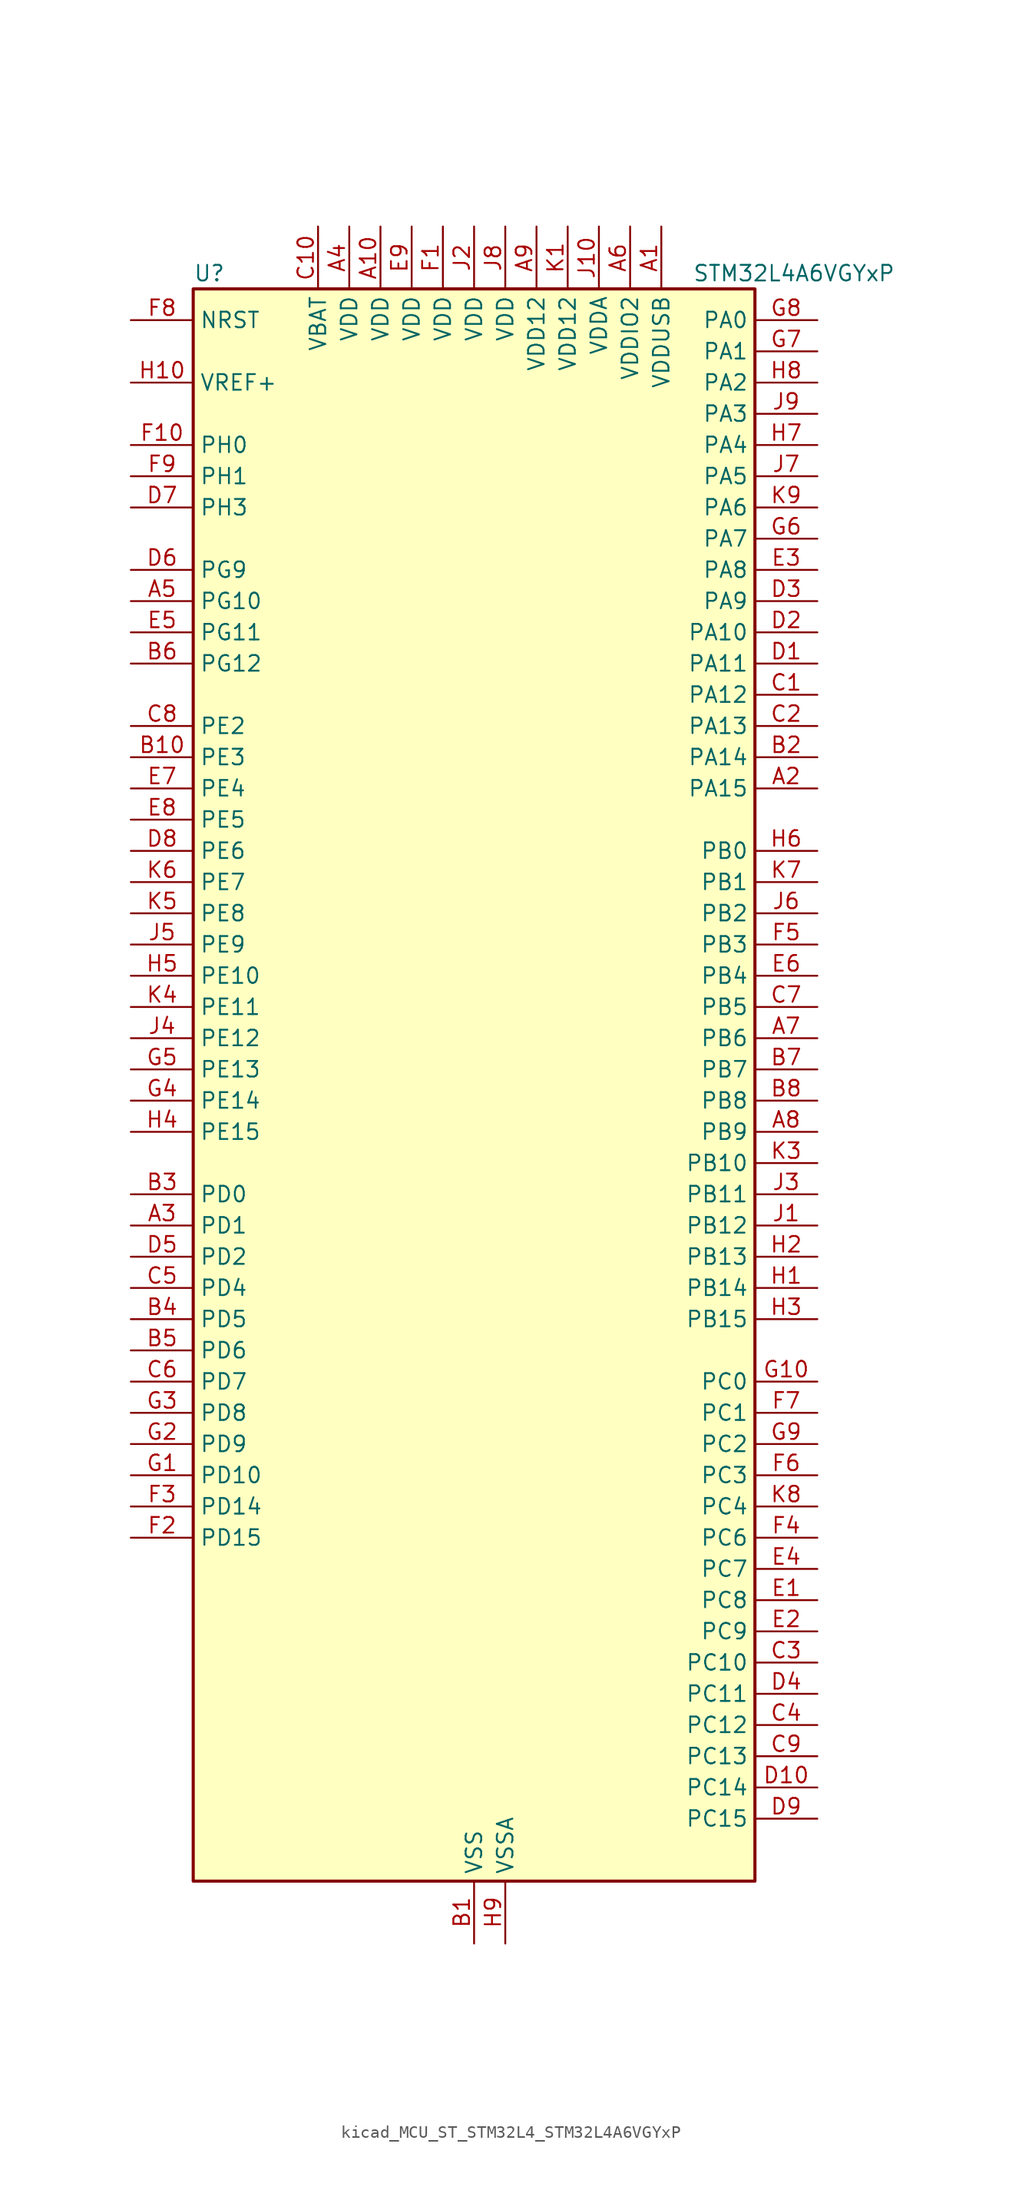
<source format=kicad_sym>
(kicad_symbol_lib
  (version 20220914)
  (generator kicad_symbol_editor)
  (symbol "kicad_MCU_ST_STM32L4_STM32L4A6VGYxP"
    (property "Reference" "U"
      (at -22.86 67.31 0)
      (effects (font (size 1.27 1.27)) (justify left)))
    (property "Value" "STM32L4A6VGYxP"
      (at 17.78 67.31 0)
      (effects (font (size 1.27 1.27)) (justify left)))
    (property "ki_locked" ""
      (at 0 0 0)
      (effects (font (size 1.27 1.27))))
    (symbol "kicad_MCU_ST_STM32L4_STM32L4A6VGYxP_0_1"
      (rectangle (start -22.86 -63.5) (end 22.86 66.04) (stroke (width 0.254) (type default)) (fill (type background))))
    (symbol "kicad_MCU_ST_STM32L4_STM32L4A6VGYxP_1_1"
      (pin power_in line (at 15.24 71.12 270) (length 5.08) (name "VDDUSB" (effects (font (size 1.27 1.27)))) (number "A1" (effects (font (size 1.27 1.27)))))
      (pin power_in line (at -7.62 71.12 270) (length 5.08) (name "VDD" (effects (font (size 1.27 1.27)))) (number "A10" (effects (font (size 1.27 1.27)))))
      (pin bidirectional line (at 27.94 25.4 180) (length 5.08) (name "PA15" (effects (font (size 1.27 1.27)))) (number "A2" (effects (font (size 1.27 1.27)))) (alternate "ADC1_EXTI15" bidirectional line) (alternate "ADC2_EXTI15" bidirectional line) (alternate "ADC3_EXTI15" bidirectional line) (alternate "LCD_SEG17" bidirectional line) (alternate "SAI2_FS_B" bidirectional line) (alternate "SPI1_NSS" bidirectional line) (alternate "SPI3_NSS" bidirectional line) (alternate "SWPMI1_SUSPEND" bidirectional line) (alternate "SYS_JTDI" bidirectional line) (alternate "TIM2_CH1" bidirectional line) (alternate "TIM2_ETR" bidirectional line) (alternate "TSC_G3_IO1" bidirectional line) (alternate "UART4_DE" bidirectional line) (alternate "UART4_RTS" bidirectional line) (alternate "USART2_RX" bidirectional line) (alternate "USART3_DE" bidirectional line) (alternate "USART3_RTS" bidirectional line))
      (pin bidirectional line (at -27.94 -10.16 0) (length 5.08) (name "PD1" (effects (font (size 1.27 1.27)))) (number "A3" (effects (font (size 1.27 1.27)))) (alternate "CAN1_TX" bidirectional line) (alternate "DFSDM1_CKIN7" bidirectional line) (alternate "FMC_D3" bidirectional line) (alternate "FMC_DA3" bidirectional line) (alternate "SPI2_SCK" bidirectional line))
      (pin power_in line (at -10.16 71.12 270) (length 5.08) (name "VDD" (effects (font (size 1.27 1.27)))) (number "A4" (effects (font (size 1.27 1.27)))))
      (pin bidirectional line (at -27.94 40.64 0) (length 5.08) (name "PG10" (effects (font (size 1.27 1.27)))) (number "A5" (effects (font (size 1.27 1.27)))) (alternate "LPTIM1_IN1" bidirectional line) (alternate "SAI2_FS_A" bidirectional line) (alternate "SPI3_MISO" bidirectional line) (alternate "TIM15_CH1" bidirectional line) (alternate "USART1_RX" bidirectional line))
      (pin power_in line (at 12.7 71.12 270) (length 5.08) (name "VDDIO2" (effects (font (size 1.27 1.27)))) (number "A6" (effects (font (size 1.27 1.27)))))
      (pin bidirectional line (at 27.94 5.08 180) (length 5.08) (name "PB6" (effects (font (size 1.27 1.27)))) (number "A7" (effects (font (size 1.27 1.27)))) (alternate "CAN2_TX" bidirectional line) (alternate "COMP2_INP" bidirectional line) (alternate "DCMI_D5" bidirectional line) (alternate "DFSDM1_DATIN5" bidirectional line) (alternate "I2C1_SCL" bidirectional line) (alternate "I2C4_SCL" bidirectional line) (alternate "LPTIM1_ETR" bidirectional line) (alternate "SAI1_FS_B" bidirectional line) (alternate "TIM16_CH1N" bidirectional line) (alternate "TIM4_CH1" bidirectional line) (alternate "TIM8_BKIN2" bidirectional line) (alternate "TIM8_BKIN2_COMP2" bidirectional line) (alternate "TSC_G2_IO3" bidirectional line) (alternate "USART1_TX" bidirectional line))
      (pin bidirectional line (at 27.94 -2.54 180) (length 5.08) (name "PB9" (effects (font (size 1.27 1.27)))) (number "A8" (effects (font (size 1.27 1.27)))) (alternate "CAN1_TX" bidirectional line) (alternate "DAC1_EXTI9" bidirectional line) (alternate "DCMI_D7" bidirectional line) (alternate "DFSDM1_CKIN6" bidirectional line) (alternate "I2C1_SDA" bidirectional line) (alternate "IR_OUT" bidirectional line) (alternate "LCD_COM3" bidirectional line) (alternate "SAI1_FS_A" bidirectional line) (alternate "SDMMC1_D5" bidirectional line) (alternate "SPI2_NSS" bidirectional line) (alternate "TIM17_CH1" bidirectional line) (alternate "TIM4_CH4" bidirectional line))
      (pin power_in line (at 5.08 71.12 270) (length 5.08) (name "VDD12" (effects (font (size 1.27 1.27)))) (number "A9" (effects (font (size 1.27 1.27)))))
      (pin power_in line (at 0 -68.58 90) (length 5.08) (name "VSS" (effects (font (size 1.27 1.27)))) (number "B1" (effects (font (size 1.27 1.27)))))
      (pin bidirectional line (at -27.94 27.94 0) (length 5.08) (name "PE3" (effects (font (size 1.27 1.27)))) (number "B10" (effects (font (size 1.27 1.27)))) (alternate "FMC_A19" bidirectional line) (alternate "LCD_SEG39" bidirectional line) (alternate "SAI1_SD_B" bidirectional line) (alternate "SYS_TRACED0" bidirectional line) (alternate "TIM3_CH1" bidirectional line) (alternate "TSC_G7_IO2" bidirectional line))
      (pin bidirectional line (at 27.94 27.94 180) (length 5.08) (name "PA14" (effects (font (size 1.27 1.27)))) (number "B2" (effects (font (size 1.27 1.27)))) (alternate "I2C1_SMBA" bidirectional line) (alternate "I2C4_SMBA" bidirectional line) (alternate "LPTIM1_OUT" bidirectional line) (alternate "SAI1_FS_B" bidirectional line) (alternate "SWPMI1_RX" bidirectional line) (alternate "SYS_JTCK-SWCLK" bidirectional line) (alternate "USB_OTG_FS_SOF" bidirectional line))
      (pin bidirectional line (at -27.94 -7.62 0) (length 5.08) (name "PD0" (effects (font (size 1.27 1.27)))) (number "B3" (effects (font (size 1.27 1.27)))) (alternate "CAN1_RX" bidirectional line) (alternate "DFSDM1_DATIN7" bidirectional line) (alternate "FMC_D2" bidirectional line) (alternate "FMC_DA2" bidirectional line) (alternate "SPI2_NSS" bidirectional line))
      (pin bidirectional line (at -27.94 -17.78 0) (length 5.08) (name "PD5" (effects (font (size 1.27 1.27)))) (number "B4" (effects (font (size 1.27 1.27)))) (alternate "FMC_NWE" bidirectional line) (alternate "QUADSPI_BK2_IO1" bidirectional line) (alternate "USART2_TX" bidirectional line))
      (pin bidirectional line (at -27.94 -20.32 0) (length 5.08) (name "PD6" (effects (font (size 1.27 1.27)))) (number "B5" (effects (font (size 1.27 1.27)))) (alternate "DCMI_D10" bidirectional line) (alternate "DFSDM1_DATIN1" bidirectional line) (alternate "FMC_NWAIT" bidirectional line) (alternate "QUADSPI_BK2_IO1" bidirectional line) (alternate "QUADSPI_BK2_IO2" bidirectional line) (alternate "SAI1_SD_A" bidirectional line) (alternate "USART2_RX" bidirectional line))
      (pin bidirectional line (at -27.94 35.56 0) (length 5.08) (name "PG12" (effects (font (size 1.27 1.27)))) (number "B6" (effects (font (size 1.27 1.27)))) (alternate "LPTIM1_ETR" bidirectional line) (alternate "SAI2_SD_A" bidirectional line) (alternate "SPI3_NSS" bidirectional line) (alternate "USART1_DE" bidirectional line) (alternate "USART1_RTS" bidirectional line))
      (pin bidirectional line (at 27.94 2.54 180) (length 5.08) (name "PB7" (effects (font (size 1.27 1.27)))) (number "B7" (effects (font (size 1.27 1.27)))) (alternate "COMP2_INM" bidirectional line) (alternate "DCMI_VSYNC" bidirectional line) (alternate "DFSDM1_CKIN5" bidirectional line) (alternate "FMC_NL" bidirectional line) (alternate "I2C1_SDA" bidirectional line) (alternate "I2C4_SDA" bidirectional line) (alternate "LCD_SEG21" bidirectional line) (alternate "LPTIM1_IN2" bidirectional line) (alternate "SYS_PVD_IN" bidirectional line) (alternate "TIM17_CH1N" bidirectional line) (alternate "TIM4_CH2" bidirectional line) (alternate "TIM8_BKIN" bidirectional line) (alternate "TIM8_BKIN_COMP1" bidirectional line) (alternate "TSC_G2_IO4" bidirectional line) (alternate "UART4_CTS" bidirectional line) (alternate "USART1_RX" bidirectional line))
      (pin bidirectional line (at 27.94 0 180) (length 5.08) (name "PB8" (effects (font (size 1.27 1.27)))) (number "B8" (effects (font (size 1.27 1.27)))) (alternate "CAN1_RX" bidirectional line) (alternate "DCMI_D6" bidirectional line) (alternate "DFSDM1_DATIN6" bidirectional line) (alternate "I2C1_SCL" bidirectional line) (alternate "LCD_SEG16" bidirectional line) (alternate "SAI1_MCLK_A" bidirectional line) (alternate "SDMMC1_D4" bidirectional line) (alternate "TIM16_CH1" bidirectional line) (alternate "TIM4_CH3" bidirectional line))
      (pin passive line (at 0 -68.58 90) (length 5.08) hide (name "VSS" (effects (font (size 1.27 1.27)))) (number "B9" (effects (font (size 1.27 1.27)))))
      (pin bidirectional line (at 27.94 33.02 180) (length 5.08) (name "PA12" (effects (font (size 1.27 1.27)))) (number "C1" (effects (font (size 1.27 1.27)))) (alternate "CAN1_TX" bidirectional line) (alternate "SPI1_MOSI" bidirectional line) (alternate "TIM1_ETR" bidirectional line) (alternate "USART1_DE" bidirectional line) (alternate "USART1_RTS" bidirectional line) (alternate "USB_OTG_FS_DP" bidirectional line))
      (pin power_in line (at -12.7 71.12 270) (length 5.08) (name "VBAT" (effects (font (size 1.27 1.27)))) (number "C10" (effects (font (size 1.27 1.27)))))
      (pin bidirectional line (at 27.94 30.48 180) (length 5.08) (name "PA13" (effects (font (size 1.27 1.27)))) (number "C2" (effects (font (size 1.27 1.27)))) (alternate "IR_OUT" bidirectional line) (alternate "SAI1_SD_B" bidirectional line) (alternate "SWPMI1_TX" bidirectional line) (alternate "SYS_JTMS-SWDIO" bidirectional line) (alternate "USB_OTG_FS_NOE" bidirectional line))
      (pin bidirectional line (at 27.94 -45.72 180) (length 5.08) (name "PC10" (effects (font (size 1.27 1.27)))) (number "C3" (effects (font (size 1.27 1.27)))) (alternate "DCMI_D8" bidirectional line) (alternate "LCD_COM4" bidirectional line) (alternate "LCD_SEG28" bidirectional line) (alternate "LCD_SEG40" bidirectional line) (alternate "SAI2_SCK_B" bidirectional line) (alternate "SDMMC1_D2" bidirectional line) (alternate "SPI3_SCK" bidirectional line) (alternate "SYS_TRACED1" bidirectional line) (alternate "TSC_G3_IO2" bidirectional line) (alternate "UART4_TX" bidirectional line) (alternate "USART3_TX" bidirectional line))
      (pin bidirectional line (at 27.94 -50.8 180) (length 5.08) (name "PC12" (effects (font (size 1.27 1.27)))) (number "C4" (effects (font (size 1.27 1.27)))) (alternate "DCMI_D9" bidirectional line) (alternate "LCD_COM6" bidirectional line) (alternate "LCD_SEG30" bidirectional line) (alternate "LCD_SEG42" bidirectional line) (alternate "SAI2_SD_B" bidirectional line) (alternate "SDMMC1_CK" bidirectional line) (alternate "SPI3_MOSI" bidirectional line) (alternate "SYS_TRACED3" bidirectional line) (alternate "TSC_G3_IO4" bidirectional line) (alternate "UART5_TX" bidirectional line) (alternate "USART3_CK" bidirectional line))
      (pin bidirectional line (at -27.94 -15.24 0) (length 5.08) (name "PD4" (effects (font (size 1.27 1.27)))) (number "C5" (effects (font (size 1.27 1.27)))) (alternate "DFSDM1_CKIN0" bidirectional line) (alternate "FMC_NOE" bidirectional line) (alternate "QUADSPI_BK2_IO0" bidirectional line) (alternate "SPI2_MOSI" bidirectional line) (alternate "USART2_DE" bidirectional line) (alternate "USART2_RTS" bidirectional line))
      (pin bidirectional line (at -27.94 -22.86 0) (length 5.08) (name "PD7" (effects (font (size 1.27 1.27)))) (number "C6" (effects (font (size 1.27 1.27)))) (alternate "DFSDM1_CKIN1" bidirectional line) (alternate "FMC_NE1" bidirectional line) (alternate "QUADSPI_BK2_IO3" bidirectional line) (alternate "USART2_CK" bidirectional line))
      (pin bidirectional line (at 27.94 7.62 180) (length 5.08) (name "PB5" (effects (font (size 1.27 1.27)))) (number "C7" (effects (font (size 1.27 1.27)))) (alternate "CAN2_RX" bidirectional line) (alternate "COMP2_OUT" bidirectional line) (alternate "DCMI_D10" bidirectional line) (alternate "I2C1_SMBA" bidirectional line) (alternate "LCD_SEG9" bidirectional line) (alternate "LPTIM1_IN1" bidirectional line) (alternate "SAI1_SD_B" bidirectional line) (alternate "SPI1_MOSI" bidirectional line) (alternate "SPI3_MOSI" bidirectional line) (alternate "TIM16_BKIN" bidirectional line) (alternate "TIM3_CH2" bidirectional line) (alternate "TSC_G2_IO2" bidirectional line) (alternate "UART5_CTS" bidirectional line) (alternate "USART1_CK" bidirectional line))
      (pin bidirectional line (at -27.94 30.48 0) (length 5.08) (name "PE2" (effects (font (size 1.27 1.27)))) (number "C8" (effects (font (size 1.27 1.27)))) (alternate "FMC_A23" bidirectional line) (alternate "LCD_SEG38" bidirectional line) (alternate "SAI1_MCLK_A" bidirectional line) (alternate "SYS_TRACECLK" bidirectional line) (alternate "TIM3_ETR" bidirectional line) (alternate "TSC_G7_IO1" bidirectional line))
      (pin bidirectional line (at 27.94 -53.34 180) (length 5.08) (name "PC13" (effects (font (size 1.27 1.27)))) (number "C9" (effects (font (size 1.27 1.27)))) (alternate "RTC_OUT_ALARM" bidirectional line) (alternate "RTC_OUT_CALIB" bidirectional line) (alternate "RTC_TAMP1" bidirectional line) (alternate "RTC_TS" bidirectional line) (alternate "SYS_WKUP2" bidirectional line))
      (pin bidirectional line (at 27.94 35.56 180) (length 5.08) (name "PA11" (effects (font (size 1.27 1.27)))) (number "D1" (effects (font (size 1.27 1.27)))) (alternate "ADC1_EXTI11" bidirectional line) (alternate "ADC2_EXTI11" bidirectional line) (alternate "ADC3_EXTI11" bidirectional line) (alternate "CAN1_RX" bidirectional line) (alternate "SPI1_MISO" bidirectional line) (alternate "TIM1_BKIN2" bidirectional line) (alternate "TIM1_BKIN2_COMP1" bidirectional line) (alternate "TIM1_CH4" bidirectional line) (alternate "USART1_CTS" bidirectional line) (alternate "USB_OTG_FS_DM" bidirectional line))
      (pin bidirectional line (at 27.94 -55.88 180) (length 5.08) (name "PC14" (effects (font (size 1.27 1.27)))) (number "D10" (effects (font (size 1.27 1.27)))) (alternate "RCC_OSC32_IN" bidirectional line))
      (pin bidirectional line (at 27.94 38.1 180) (length 5.08) (name "PA10" (effects (font (size 1.27 1.27)))) (number "D2" (effects (font (size 1.27 1.27)))) (alternate "DCMI_D1" bidirectional line) (alternate "LCD_COM2" bidirectional line) (alternate "SAI1_SD_A" bidirectional line) (alternate "TIM17_BKIN" bidirectional line) (alternate "TIM1_CH3" bidirectional line) (alternate "USART1_RX" bidirectional line) (alternate "USB_OTG_FS_ID" bidirectional line))
      (pin bidirectional line (at 27.94 40.64 180) (length 5.08) (name "PA9" (effects (font (size 1.27 1.27)))) (number "D3" (effects (font (size 1.27 1.27)))) (alternate "DAC1_EXTI9" bidirectional line) (alternate "DCMI_D0" bidirectional line) (alternate "LCD_COM1" bidirectional line) (alternate "SAI1_FS_A" bidirectional line) (alternate "SPI2_SCK" bidirectional line) (alternate "TIM15_BKIN" bidirectional line) (alternate "TIM1_CH2" bidirectional line) (alternate "USART1_TX" bidirectional line) (alternate "USB_OTG_FS_VBUS" bidirectional line))
      (pin bidirectional line (at 27.94 -48.26 180) (length 5.08) (name "PC11" (effects (font (size 1.27 1.27)))) (number "D4" (effects (font (size 1.27 1.27)))) (alternate "ADC1_EXTI11" bidirectional line) (alternate "ADC2_EXTI11" bidirectional line) (alternate "ADC3_EXTI11" bidirectional line) (alternate "DCMI_D4" bidirectional line) (alternate "LCD_COM5" bidirectional line) (alternate "LCD_SEG29" bidirectional line) (alternate "LCD_SEG41" bidirectional line) (alternate "QUADSPI_BK2_NCS" bidirectional line) (alternate "SAI2_MCLK_B" bidirectional line) (alternate "SDMMC1_D3" bidirectional line) (alternate "SPI3_MISO" bidirectional line) (alternate "TSC_G3_IO3" bidirectional line) (alternate "UART4_RX" bidirectional line) (alternate "USART3_RX" bidirectional line))
      (pin bidirectional line (at -27.94 -12.7 0) (length 5.08) (name "PD2" (effects (font (size 1.27 1.27)))) (number "D5" (effects (font (size 1.27 1.27)))) (alternate "DCMI_D11" bidirectional line) (alternate "LCD_COM7" bidirectional line) (alternate "LCD_SEG31" bidirectional line) (alternate "LCD_SEG43" bidirectional line) (alternate "SDMMC1_CMD" bidirectional line) (alternate "SYS_TRACED2" bidirectional line) (alternate "TIM3_ETR" bidirectional line) (alternate "TSC_SYNC" bidirectional line) (alternate "UART5_RX" bidirectional line) (alternate "USART3_DE" bidirectional line) (alternate "USART3_RTS" bidirectional line))
      (pin bidirectional line (at -27.94 43.18 0) (length 5.08) (name "PG9" (effects (font (size 1.27 1.27)))) (number "D6" (effects (font (size 1.27 1.27)))) (alternate "DAC1_EXTI9" bidirectional line) (alternate "FMC_NCE" bidirectional line) (alternate "SAI2_SCK_A" bidirectional line) (alternate "SPI3_SCK" bidirectional line) (alternate "TIM15_CH1N" bidirectional line) (alternate "USART1_TX" bidirectional line))
      (pin bidirectional line (at -27.94 48.26 0) (length 5.08) (name "PH3" (effects (font (size 1.27 1.27)))) (number "D7" (effects (font (size 1.27 1.27)))))
      (pin bidirectional line (at -27.94 20.32 0) (length 5.08) (name "PE6" (effects (font (size 1.27 1.27)))) (number "D8" (effects (font (size 1.27 1.27)))) (alternate "DCMI_D7" bidirectional line) (alternate "FMC_A22" bidirectional line) (alternate "RTC_TAMP3" bidirectional line) (alternate "SAI1_SD_A" bidirectional line) (alternate "SYS_TRACED3" bidirectional line) (alternate "SYS_WKUP3" bidirectional line) (alternate "TIM3_CH4" bidirectional line))
      (pin bidirectional line (at 27.94 -58.42 180) (length 5.08) (name "PC15" (effects (font (size 1.27 1.27)))) (number "D9" (effects (font (size 1.27 1.27)))) (alternate "ADC1_EXTI15" bidirectional line) (alternate "ADC2_EXTI15" bidirectional line) (alternate "ADC3_EXTI15" bidirectional line) (alternate "RCC_OSC32_OUT" bidirectional line))
      (pin bidirectional line (at 27.94 -40.64 180) (length 5.08) (name "PC8" (effects (font (size 1.27 1.27)))) (number "E1" (effects (font (size 1.27 1.27)))) (alternate "DCMI_D2" bidirectional line) (alternate "LCD_SEG26" bidirectional line) (alternate "SDMMC1_D0" bidirectional line) (alternate "TIM3_CH3" bidirectional line) (alternate "TIM8_CH3" bidirectional line) (alternate "TSC_G4_IO3" bidirectional line))
      (pin passive line (at 0 -68.58 90) (length 5.08) hide (name "VSS" (effects (font (size 1.27 1.27)))) (number "E10" (effects (font (size 1.27 1.27)))))
      (pin bidirectional line (at 27.94 -43.18 180) (length 5.08) (name "PC9" (effects (font (size 1.27 1.27)))) (number "E2" (effects (font (size 1.27 1.27)))) (alternate "DAC1_EXTI9" bidirectional line) (alternate "DCMI_D3" bidirectional line) (alternate "I2C3_SDA" bidirectional line) (alternate "LCD_SEG27" bidirectional line) (alternate "SAI2_EXTCLK" bidirectional line) (alternate "SDMMC1_D1" bidirectional line) (alternate "TIM3_CH4" bidirectional line) (alternate "TIM8_BKIN2" bidirectional line) (alternate "TIM8_BKIN2_COMP1" bidirectional line) (alternate "TIM8_CH4" bidirectional line) (alternate "TSC_G4_IO4" bidirectional line) (alternate "USB_OTG_FS_NOE" bidirectional line))
      (pin bidirectional line (at 27.94 43.18 180) (length 5.08) (name "PA8" (effects (font (size 1.27 1.27)))) (number "E3" (effects (font (size 1.27 1.27)))) (alternate "LCD_COM0" bidirectional line) (alternate "LPTIM2_OUT" bidirectional line) (alternate "RCC_MCO" bidirectional line) (alternate "SAI1_SCK_A" bidirectional line) (alternate "SWPMI1_IO" bidirectional line) (alternate "TIM1_CH1" bidirectional line) (alternate "USART1_CK" bidirectional line) (alternate "USB_OTG_FS_SOF" bidirectional line))
      (pin bidirectional line (at 27.94 -38.1 180) (length 5.08) (name "PC7" (effects (font (size 1.27 1.27)))) (number "E4" (effects (font (size 1.27 1.27)))) (alternate "DCMI_D1" bidirectional line) (alternate "DFSDM1_DATIN3" bidirectional line) (alternate "LCD_SEG25" bidirectional line) (alternate "SAI2_MCLK_B" bidirectional line) (alternate "SDMMC1_D7" bidirectional line) (alternate "TIM3_CH2" bidirectional line) (alternate "TIM8_CH2" bidirectional line) (alternate "TSC_G4_IO2" bidirectional line))
      (pin bidirectional line (at -27.94 38.1 0) (length 5.08) (name "PG11" (effects (font (size 1.27 1.27)))) (number "E5" (effects (font (size 1.27 1.27)))) (alternate "ADC1_EXTI11" bidirectional line) (alternate "ADC2_EXTI11" bidirectional line) (alternate "ADC3_EXTI11" bidirectional line) (alternate "LPTIM1_IN2" bidirectional line) (alternate "SAI2_MCLK_A" bidirectional line) (alternate "SPI3_MOSI" bidirectional line) (alternate "TIM15_CH2" bidirectional line) (alternate "USART1_CTS" bidirectional line))
      (pin bidirectional line (at 27.94 10.16 180) (length 5.08) (name "PB4" (effects (font (size 1.27 1.27)))) (number "E6" (effects (font (size 1.27 1.27)))) (alternate "COMP2_INP" bidirectional line) (alternate "DCMI_D12" bidirectional line) (alternate "I2C3_SDA" bidirectional line) (alternate "LCD_SEG8" bidirectional line) (alternate "SAI1_MCLK_B" bidirectional line) (alternate "SPI1_MISO" bidirectional line) (alternate "SPI3_MISO" bidirectional line) (alternate "SYS_JTRST" bidirectional line) (alternate "TIM17_BKIN" bidirectional line) (alternate "TIM3_CH1" bidirectional line) (alternate "TSC_G2_IO1" bidirectional line) (alternate "UART5_DE" bidirectional line) (alternate "UART5_RTS" bidirectional line) (alternate "USART1_CTS" bidirectional line))
      (pin bidirectional line (at -27.94 25.4 0) (length 5.08) (name "PE4" (effects (font (size 1.27 1.27)))) (number "E7" (effects (font (size 1.27 1.27)))) (alternate "DCMI_D4" bidirectional line) (alternate "DFSDM1_DATIN3" bidirectional line) (alternate "FMC_A20" bidirectional line) (alternate "SAI1_FS_A" bidirectional line) (alternate "SYS_TRACED1" bidirectional line) (alternate "TIM3_CH2" bidirectional line) (alternate "TSC_G7_IO3" bidirectional line))
      (pin bidirectional line (at -27.94 22.86 0) (length 5.08) (name "PE5" (effects (font (size 1.27 1.27)))) (number "E8" (effects (font (size 1.27 1.27)))) (alternate "DCMI_D6" bidirectional line) (alternate "DFSDM1_CKIN3" bidirectional line) (alternate "FMC_A21" bidirectional line) (alternate "SAI1_SCK_A" bidirectional line) (alternate "SYS_TRACED2" bidirectional line) (alternate "TIM3_CH3" bidirectional line) (alternate "TSC_G7_IO4" bidirectional line))
      (pin power_in line (at -5.08 71.12 270) (length 5.08) (name "VDD" (effects (font (size 1.27 1.27)))) (number "E9" (effects (font (size 1.27 1.27)))))
      (pin power_in line (at -2.54 71.12 270) (length 5.08) (name "VDD" (effects (font (size 1.27 1.27)))) (number "F1" (effects (font (size 1.27 1.27)))))
      (pin bidirectional line (at -27.94 53.34 0) (length 5.08) (name "PH0" (effects (font (size 1.27 1.27)))) (number "F10" (effects (font (size 1.27 1.27)))) (alternate "RCC_OSC_IN" bidirectional line))
      (pin bidirectional line (at -27.94 -35.56 0) (length 5.08) (name "PD15" (effects (font (size 1.27 1.27)))) (number "F2" (effects (font (size 1.27 1.27)))) (alternate "ADC1_EXTI15" bidirectional line) (alternate "ADC2_EXTI15" bidirectional line) (alternate "ADC3_EXTI15" bidirectional line) (alternate "FMC_D1" bidirectional line) (alternate "FMC_DA1" bidirectional line) (alternate "LCD_SEG35" bidirectional line) (alternate "TIM4_CH4" bidirectional line))
      (pin bidirectional line (at -27.94 -33.02 0) (length 5.08) (name "PD14" (effects (font (size 1.27 1.27)))) (number "F3" (effects (font (size 1.27 1.27)))) (alternate "FMC_D0" bidirectional line) (alternate "FMC_DA0" bidirectional line) (alternate "LCD_SEG34" bidirectional line) (alternate "TIM4_CH3" bidirectional line))
      (pin bidirectional line (at 27.94 -35.56 180) (length 5.08) (name "PC6" (effects (font (size 1.27 1.27)))) (number "F4" (effects (font (size 1.27 1.27)))) (alternate "DCMI_D0" bidirectional line) (alternate "DFSDM1_CKIN3" bidirectional line) (alternate "LCD_SEG24" bidirectional line) (alternate "SAI2_MCLK_A" bidirectional line) (alternate "SDMMC1_D6" bidirectional line) (alternate "TIM3_CH1" bidirectional line) (alternate "TIM8_CH1" bidirectional line) (alternate "TSC_G4_IO1" bidirectional line))
      (pin bidirectional line (at 27.94 12.7 180) (length 5.08) (name "PB3" (effects (font (size 1.27 1.27)))) (number "F5" (effects (font (size 1.27 1.27)))) (alternate "COMP2_INM" bidirectional line) (alternate "CRS_SYNC" bidirectional line) (alternate "LCD_SEG7" bidirectional line) (alternate "SAI1_SCK_B" bidirectional line) (alternate "SPI1_SCK" bidirectional line) (alternate "SPI3_SCK" bidirectional line) (alternate "SYS_JTDO-SWO" bidirectional line) (alternate "TIM2_CH2" bidirectional line) (alternate "USART1_DE" bidirectional line) (alternate "USART1_RTS" bidirectional line))
      (pin bidirectional line (at 27.94 -30.48 180) (length 5.08) (name "PC3" (effects (font (size 1.27 1.27)))) (number "F6" (effects (font (size 1.27 1.27)))) (alternate "ADC1_IN4" bidirectional line) (alternate "ADC2_IN4" bidirectional line) (alternate "ADC3_IN4" bidirectional line) (alternate "LCD_VLCD" bidirectional line) (alternate "LPTIM1_ETR" bidirectional line) (alternate "LPTIM2_ETR" bidirectional line) (alternate "QUADSPI_BK2_IO2" bidirectional line) (alternate "SAI1_SD_A" bidirectional line) (alternate "SPI2_MOSI" bidirectional line))
      (pin bidirectional line (at 27.94 -25.4 180) (length 5.08) (name "PC1" (effects (font (size 1.27 1.27)))) (number "F7" (effects (font (size 1.27 1.27)))) (alternate "ADC1_IN2" bidirectional line) (alternate "ADC2_IN2" bidirectional line) (alternate "ADC3_IN2" bidirectional line) (alternate "DFSDM1_CKIN4" bidirectional line) (alternate "I2C3_SDA" bidirectional line) (alternate "I2C4_SDA" bidirectional line) (alternate "LCD_SEG19" bidirectional line) (alternate "LPTIM1_OUT" bidirectional line) (alternate "LPUART1_TX" bidirectional line) (alternate "QUADSPI_BK2_IO0" bidirectional line) (alternate "SAI1_SD_A" bidirectional line) (alternate "SPI2_MOSI" bidirectional line) (alternate "SYS_TRACED0" bidirectional line))
      (pin input line (at -27.94 63.5 0) (length 5.08) (name "NRST" (effects (font (size 1.27 1.27)))) (number "F8" (effects (font (size 1.27 1.27)))))
      (pin bidirectional line (at -27.94 50.8 0) (length 5.08) (name "PH1" (effects (font (size 1.27 1.27)))) (number "F9" (effects (font (size 1.27 1.27)))) (alternate "RCC_OSC_OUT" bidirectional line))
      (pin bidirectional line (at -27.94 -30.48 0) (length 5.08) (name "PD10" (effects (font (size 1.27 1.27)))) (number "G1" (effects (font (size 1.27 1.27)))) (alternate "FMC_D15" bidirectional line) (alternate "FMC_DA15" bidirectional line) (alternate "LCD_SEG30" bidirectional line) (alternate "SAI2_SCK_A" bidirectional line) (alternate "USART3_CK" bidirectional line))
      (pin bidirectional line (at 27.94 -22.86 180) (length 5.08) (name "PC0" (effects (font (size 1.27 1.27)))) (number "G10" (effects (font (size 1.27 1.27)))) (alternate "ADC1_IN1" bidirectional line) (alternate "ADC2_IN1" bidirectional line) (alternate "ADC3_IN1" bidirectional line) (alternate "DFSDM1_DATIN4" bidirectional line) (alternate "I2C3_SCL" bidirectional line) (alternate "I2C4_SCL" bidirectional line) (alternate "LCD_SEG18" bidirectional line) (alternate "LPTIM1_IN1" bidirectional line) (alternate "LPTIM2_IN1" bidirectional line) (alternate "LPUART1_RX" bidirectional line))
      (pin bidirectional line (at -27.94 -27.94 0) (length 5.08) (name "PD9" (effects (font (size 1.27 1.27)))) (number "G2" (effects (font (size 1.27 1.27)))) (alternate "DAC1_EXTI9" bidirectional line) (alternate "DCMI_PIXCLK" bidirectional line) (alternate "FMC_D14" bidirectional line) (alternate "FMC_DA14" bidirectional line) (alternate "LCD_SEG29" bidirectional line) (alternate "SAI2_MCLK_A" bidirectional line) (alternate "USART3_RX" bidirectional line))
      (pin bidirectional line (at -27.94 -25.4 0) (length 5.08) (name "PD8" (effects (font (size 1.27 1.27)))) (number "G3" (effects (font (size 1.27 1.27)))) (alternate "DCMI_HSYNC" bidirectional line) (alternate "FMC_D13" bidirectional line) (alternate "FMC_DA13" bidirectional line) (alternate "LCD_SEG28" bidirectional line) (alternate "USART3_TX" bidirectional line))
      (pin bidirectional line (at -27.94 0 0) (length 5.08) (name "PE14" (effects (font (size 1.27 1.27)))) (number "G4" (effects (font (size 1.27 1.27)))) (alternate "FMC_D11" bidirectional line) (alternate "FMC_DA11" bidirectional line) (alternate "QUADSPI_BK1_IO2" bidirectional line) (alternate "SPI1_MISO" bidirectional line) (alternate "TIM1_BKIN2" bidirectional line) (alternate "TIM1_BKIN2_COMP2" bidirectional line) (alternate "TIM1_CH4" bidirectional line))
      (pin bidirectional line (at -27.94 2.54 0) (length 5.08) (name "PE13" (effects (font (size 1.27 1.27)))) (number "G5" (effects (font (size 1.27 1.27)))) (alternate "DFSDM1_CKIN5" bidirectional line) (alternate "FMC_D10" bidirectional line) (alternate "FMC_DA10" bidirectional line) (alternate "QUADSPI_BK1_IO1" bidirectional line) (alternate "SPI1_SCK" bidirectional line) (alternate "TIM1_CH3" bidirectional line) (alternate "TSC_G5_IO4" bidirectional line))
      (pin bidirectional line (at 27.94 45.72 180) (length 5.08) (name "PA7" (effects (font (size 1.27 1.27)))) (number "G6" (effects (font (size 1.27 1.27)))) (alternate "ADC1_IN12" bidirectional line) (alternate "ADC2_IN12" bidirectional line) (alternate "I2C3_SCL" bidirectional line) (alternate "LCD_SEG4" bidirectional line) (alternate "OPAMP2_VINM" bidirectional line) (alternate "QUADSPI_BK1_IO2" bidirectional line) (alternate "SPI1_MOSI" bidirectional line) (alternate "TIM17_CH1" bidirectional line) (alternate "TIM1_CH1N" bidirectional line) (alternate "TIM3_CH2" bidirectional line) (alternate "TIM8_CH1N" bidirectional line))
      (pin bidirectional line (at 27.94 60.96 180) (length 5.08) (name "PA1" (effects (font (size 1.27 1.27)))) (number "G7" (effects (font (size 1.27 1.27)))) (alternate "ADC1_IN6" bidirectional line) (alternate "ADC2_IN6" bidirectional line) (alternate "I2C1_SMBA" bidirectional line) (alternate "LCD_SEG0" bidirectional line) (alternate "OPAMP1_VINM" bidirectional line) (alternate "SPI1_SCK" bidirectional line) (alternate "TIM15_CH1N" bidirectional line) (alternate "TIM2_CH2" bidirectional line) (alternate "TIM5_CH2" bidirectional line) (alternate "UART4_RX" bidirectional line) (alternate "USART2_DE" bidirectional line) (alternate "USART2_RTS" bidirectional line))
      (pin bidirectional line (at 27.94 63.5 180) (length 5.08) (name "PA0" (effects (font (size 1.27 1.27)))) (number "G8" (effects (font (size 1.27 1.27)))) (alternate "ADC1_IN5" bidirectional line) (alternate "ADC2_IN5" bidirectional line) (alternate "OPAMP1_VINP" bidirectional line) (alternate "RTC_TAMP2" bidirectional line) (alternate "SAI1_EXTCLK" bidirectional line) (alternate "SYS_WKUP1" bidirectional line) (alternate "TIM2_CH1" bidirectional line) (alternate "TIM2_ETR" bidirectional line) (alternate "TIM5_CH1" bidirectional line) (alternate "TIM8_ETR" bidirectional line) (alternate "UART4_TX" bidirectional line) (alternate "USART2_CTS" bidirectional line))
      (pin bidirectional line (at 27.94 -27.94 180) (length 5.08) (name "PC2" (effects (font (size 1.27 1.27)))) (number "G9" (effects (font (size 1.27 1.27)))) (alternate "ADC1_IN3" bidirectional line) (alternate "ADC2_IN3" bidirectional line) (alternate "ADC3_IN3" bidirectional line) (alternate "DFSDM1_CKOUT" bidirectional line) (alternate "LCD_SEG20" bidirectional line) (alternate "LPTIM1_IN2" bidirectional line) (alternate "QUADSPI_BK2_IO1" bidirectional line) (alternate "SPI2_MISO" bidirectional line))
      (pin bidirectional line (at 27.94 -15.24 180) (length 5.08) (name "PB14" (effects (font (size 1.27 1.27)))) (number "H1" (effects (font (size 1.27 1.27)))) (alternate "DFSDM1_DATIN2" bidirectional line) (alternate "I2C2_SDA" bidirectional line) (alternate "LCD_SEG14" bidirectional line) (alternate "SAI2_MCLK_A" bidirectional line) (alternate "SPI2_MISO" bidirectional line) (alternate "SWPMI1_RX" bidirectional line) (alternate "TIM15_CH1" bidirectional line) (alternate "TIM1_CH2N" bidirectional line) (alternate "TIM8_CH2N" bidirectional line) (alternate "TSC_G1_IO3" bidirectional line) (alternate "USART3_DE" bidirectional line) (alternate "USART3_RTS" bidirectional line))
      (pin input line (at -27.94 58.42 0) (length 5.08) (name "VREF+" (effects (font (size 1.27 1.27)))) (number "H10" (effects (font (size 1.27 1.27)))) (alternate "VREFBUF_OUT" bidirectional line))
      (pin bidirectional line (at 27.94 -12.7 180) (length 5.08) (name "PB13" (effects (font (size 1.27 1.27)))) (number "H2" (effects (font (size 1.27 1.27)))) (alternate "CAN2_TX" bidirectional line) (alternate "DFSDM1_CKIN1" bidirectional line) (alternate "I2C2_SCL" bidirectional line) (alternate "LCD_SEG13" bidirectional line) (alternate "LPUART1_CTS" bidirectional line) (alternate "SAI2_SCK_A" bidirectional line) (alternate "SPI2_SCK" bidirectional line) (alternate "SWPMI1_TX" bidirectional line) (alternate "TIM15_CH1N" bidirectional line) (alternate "TIM1_CH1N" bidirectional line) (alternate "TSC_G1_IO2" bidirectional line) (alternate "USART3_CTS" bidirectional line))
      (pin bidirectional line (at 27.94 -17.78 180) (length 5.08) (name "PB15" (effects (font (size 1.27 1.27)))) (number "H3" (effects (font (size 1.27 1.27)))) (alternate "ADC1_EXTI15" bidirectional line) (alternate "ADC2_EXTI15" bidirectional line) (alternate "ADC3_EXTI15" bidirectional line) (alternate "DFSDM1_CKIN2" bidirectional line) (alternate "LCD_SEG15" bidirectional line) (alternate "RTC_REFIN" bidirectional line) (alternate "SAI2_SD_A" bidirectional line) (alternate "SPI2_MOSI" bidirectional line) (alternate "SWPMI1_SUSPEND" bidirectional line) (alternate "TIM15_CH2" bidirectional line) (alternate "TIM1_CH3N" bidirectional line) (alternate "TIM8_CH3N" bidirectional line) (alternate "TSC_G1_IO4" bidirectional line))
      (pin bidirectional line (at -27.94 -2.54 0) (length 5.08) (name "PE15" (effects (font (size 1.27 1.27)))) (number "H4" (effects (font (size 1.27 1.27)))) (alternate "ADC1_EXTI15" bidirectional line) (alternate "ADC2_EXTI15" bidirectional line) (alternate "ADC3_EXTI15" bidirectional line) (alternate "FMC_D12" bidirectional line) (alternate "FMC_DA12" bidirectional line) (alternate "QUADSPI_BK1_IO3" bidirectional line) (alternate "SPI1_MOSI" bidirectional line) (alternate "TIM1_BKIN" bidirectional line) (alternate "TIM1_BKIN_COMP1" bidirectional line))
      (pin bidirectional line (at -27.94 10.16 0) (length 5.08) (name "PE10" (effects (font (size 1.27 1.27)))) (number "H5" (effects (font (size 1.27 1.27)))) (alternate "DFSDM1_DATIN4" bidirectional line) (alternate "FMC_D7" bidirectional line) (alternate "FMC_DA7" bidirectional line) (alternate "QUADSPI_CLK" bidirectional line) (alternate "SAI1_MCLK_B" bidirectional line) (alternate "TIM1_CH2N" bidirectional line) (alternate "TSC_G5_IO1" bidirectional line))
      (pin bidirectional line (at 27.94 20.32 180) (length 5.08) (name "PB0" (effects (font (size 1.27 1.27)))) (number "H6" (effects (font (size 1.27 1.27)))) (alternate "ADC1_IN15" bidirectional line) (alternate "ADC2_IN15" bidirectional line) (alternate "COMP1_OUT" bidirectional line) (alternate "LCD_SEG5" bidirectional line) (alternate "OPAMP2_VOUT" bidirectional line) (alternate "QUADSPI_BK1_IO1" bidirectional line) (alternate "SAI1_EXTCLK" bidirectional line) (alternate "SPI1_NSS" bidirectional line) (alternate "TIM1_CH2N" bidirectional line) (alternate "TIM3_CH3" bidirectional line) (alternate "TIM8_CH2N" bidirectional line) (alternate "USART3_CK" bidirectional line))
      (pin bidirectional line (at 27.94 53.34 180) (length 5.08) (name "PA4" (effects (font (size 1.27 1.27)))) (number "H7" (effects (font (size 1.27 1.27)))) (alternate "ADC1_IN9" bidirectional line) (alternate "ADC2_IN9" bidirectional line) (alternate "DAC1_OUT1" bidirectional line) (alternate "DCMI_HSYNC" bidirectional line) (alternate "LPTIM2_OUT" bidirectional line) (alternate "SAI1_FS_B" bidirectional line) (alternate "SPI1_NSS" bidirectional line) (alternate "SPI3_NSS" bidirectional line) (alternate "USART2_CK" bidirectional line))
      (pin bidirectional line (at 27.94 58.42 180) (length 5.08) (name "PA2" (effects (font (size 1.27 1.27)))) (number "H8" (effects (font (size 1.27 1.27)))) (alternate "ADC1_IN7" bidirectional line) (alternate "ADC2_IN7" bidirectional line) (alternate "LCD_SEG1" bidirectional line) (alternate "LPUART1_TX" bidirectional line) (alternate "QUADSPI_BK1_NCS" bidirectional line) (alternate "RCC_LSCO" bidirectional line) (alternate "SAI2_EXTCLK" bidirectional line) (alternate "SYS_WKUP4" bidirectional line) (alternate "TIM15_CH1" bidirectional line) (alternate "TIM2_CH3" bidirectional line) (alternate "TIM5_CH3" bidirectional line) (alternate "USART2_TX" bidirectional line))
      (pin power_in line (at 2.54 -68.58 90) (length 5.08) (name "VSSA" (effects (font (size 1.27 1.27)))) (number "H9" (effects (font (size 1.27 1.27)))))
      (pin bidirectional line (at 27.94 -10.16 180) (length 5.08) (name "PB12" (effects (font (size 1.27 1.27)))) (number "J1" (effects (font (size 1.27 1.27)))) (alternate "CAN2_RX" bidirectional line) (alternate "DFSDM1_DATIN1" bidirectional line) (alternate "I2C2_SMBA" bidirectional line) (alternate "LCD_SEG12" bidirectional line) (alternate "LPUART1_DE" bidirectional line) (alternate "LPUART1_RTS" bidirectional line) (alternate "SAI2_FS_A" bidirectional line) (alternate "SPI2_NSS" bidirectional line) (alternate "SWPMI1_IO" bidirectional line) (alternate "TIM15_BKIN" bidirectional line) (alternate "TIM1_BKIN" bidirectional line) (alternate "TIM1_BKIN_COMP2" bidirectional line) (alternate "TSC_G1_IO1" bidirectional line) (alternate "USART3_CK" bidirectional line))
      (pin power_in line (at 10.16 71.12 270) (length 5.08) (name "VDDA" (effects (font (size 1.27 1.27)))) (number "J10" (effects (font (size 1.27 1.27)))))
      (pin power_in line (at 0 71.12 270) (length 5.08) (name "VDD" (effects (font (size 1.27 1.27)))) (number "J2" (effects (font (size 1.27 1.27)))))
      (pin bidirectional line (at 27.94 -7.62 180) (length 5.08) (name "PB11" (effects (font (size 1.27 1.27)))) (number "J3" (effects (font (size 1.27 1.27)))) (alternate "ADC1_EXTI11" bidirectional line) (alternate "ADC2_EXTI11" bidirectional line) (alternate "ADC3_EXTI11" bidirectional line) (alternate "COMP2_OUT" bidirectional line) (alternate "DFSDM1_CKIN7" bidirectional line) (alternate "I2C2_SDA" bidirectional line) (alternate "I2C4_SDA" bidirectional line) (alternate "LCD_SEG11" bidirectional line) (alternate "LPUART1_TX" bidirectional line) (alternate "QUADSPI_BK1_NCS" bidirectional line) (alternate "TIM2_CH4" bidirectional line) (alternate "USART3_RX" bidirectional line))
      (pin bidirectional line (at -27.94 5.08 0) (length 5.08) (name "PE12" (effects (font (size 1.27 1.27)))) (number "J4" (effects (font (size 1.27 1.27)))) (alternate "DFSDM1_DATIN5" bidirectional line) (alternate "FMC_D9" bidirectional line) (alternate "FMC_DA9" bidirectional line) (alternate "QUADSPI_BK1_IO0" bidirectional line) (alternate "SPI1_NSS" bidirectional line) (alternate "TIM1_CH3N" bidirectional line) (alternate "TSC_G5_IO3" bidirectional line))
      (pin bidirectional line (at -27.94 12.7 0) (length 5.08) (name "PE9" (effects (font (size 1.27 1.27)))) (number "J5" (effects (font (size 1.27 1.27)))) (alternate "DAC1_EXTI9" bidirectional line) (alternate "DFSDM1_CKOUT" bidirectional line) (alternate "FMC_D6" bidirectional line) (alternate "FMC_DA6" bidirectional line) (alternate "SAI1_FS_B" bidirectional line) (alternate "TIM1_CH1" bidirectional line))
      (pin bidirectional line (at 27.94 15.24 180) (length 5.08) (name "PB2" (effects (font (size 1.27 1.27)))) (number "J6" (effects (font (size 1.27 1.27)))) (alternate "COMP1_INP" bidirectional line) (alternate "DFSDM1_CKIN0" bidirectional line) (alternate "I2C3_SMBA" bidirectional line) (alternate "LCD_VLCD" bidirectional line) (alternate "LPTIM1_OUT" bidirectional line) (alternate "RTC_OUT_ALARM" bidirectional line) (alternate "RTC_OUT_CALIB" bidirectional line))
      (pin bidirectional line (at 27.94 50.8 180) (length 5.08) (name "PA5" (effects (font (size 1.27 1.27)))) (number "J7" (effects (font (size 1.27 1.27)))) (alternate "ADC1_IN10" bidirectional line) (alternate "ADC2_IN10" bidirectional line) (alternate "DAC1_OUT2" bidirectional line) (alternate "LPTIM2_ETR" bidirectional line) (alternate "SPI1_SCK" bidirectional line) (alternate "TIM2_CH1" bidirectional line) (alternate "TIM2_ETR" bidirectional line) (alternate "TIM8_CH1N" bidirectional line))
      (pin power_in line (at 2.54 71.12 270) (length 5.08) (name "VDD" (effects (font (size 1.27 1.27)))) (number "J8" (effects (font (size 1.27 1.27)))))
      (pin bidirectional line (at 27.94 55.88 180) (length 5.08) (name "PA3" (effects (font (size 1.27 1.27)))) (number "J9" (effects (font (size 1.27 1.27)))) (alternate "ADC1_IN8" bidirectional line) (alternate "ADC2_IN8" bidirectional line) (alternate "LCD_SEG2" bidirectional line) (alternate "LPUART1_RX" bidirectional line) (alternate "OPAMP1_VOUT" bidirectional line) (alternate "QUADSPI_CLK" bidirectional line) (alternate "SAI1_MCLK_A" bidirectional line) (alternate "TIM15_CH2" bidirectional line) (alternate "TIM2_CH4" bidirectional line) (alternate "TIM5_CH4" bidirectional line) (alternate "USART2_RX" bidirectional line))
      (pin power_in line (at 7.62 71.12 270) (length 5.08) (name "VDD12" (effects (font (size 1.27 1.27)))) (number "K1" (effects (font (size 1.27 1.27)))))
      (pin passive line (at 0 -68.58 90) (length 5.08) hide (name "VSS" (effects (font (size 1.27 1.27)))) (number "K10" (effects (font (size 1.27 1.27)))))
      (pin passive line (at 0 -68.58 90) (length 5.08) hide (name "VSS" (effects (font (size 1.27 1.27)))) (number "K2" (effects (font (size 1.27 1.27)))))
      (pin bidirectional line (at 27.94 -5.08 180) (length 5.08) (name "PB10" (effects (font (size 1.27 1.27)))) (number "K3" (effects (font (size 1.27 1.27)))) (alternate "COMP1_OUT" bidirectional line) (alternate "DFSDM1_DATIN7" bidirectional line) (alternate "I2C2_SCL" bidirectional line) (alternate "I2C4_SCL" bidirectional line) (alternate "LCD_SEG10" bidirectional line) (alternate "LPUART1_RX" bidirectional line) (alternate "QUADSPI_CLK" bidirectional line) (alternate "SAI1_SCK_A" bidirectional line) (alternate "SPI2_SCK" bidirectional line) (alternate "TIM2_CH3" bidirectional line) (alternate "TSC_SYNC" bidirectional line) (alternate "USART3_TX" bidirectional line))
      (pin bidirectional line (at -27.94 7.62 0) (length 5.08) (name "PE11" (effects (font (size 1.27 1.27)))) (number "K4" (effects (font (size 1.27 1.27)))) (alternate "ADC1_EXTI11" bidirectional line) (alternate "ADC2_EXTI11" bidirectional line) (alternate "ADC3_EXTI11" bidirectional line) (alternate "DFSDM1_CKIN4" bidirectional line) (alternate "FMC_D8" bidirectional line) (alternate "FMC_DA8" bidirectional line) (alternate "QUADSPI_BK1_NCS" bidirectional line) (alternate "TIM1_CH2" bidirectional line) (alternate "TSC_G5_IO2" bidirectional line))
      (pin bidirectional line (at -27.94 15.24 0) (length 5.08) (name "PE8" (effects (font (size 1.27 1.27)))) (number "K5" (effects (font (size 1.27 1.27)))) (alternate "DFSDM1_CKIN2" bidirectional line) (alternate "FMC_D5" bidirectional line) (alternate "FMC_DA5" bidirectional line) (alternate "SAI1_SCK_B" bidirectional line) (alternate "TIM1_CH1N" bidirectional line))
      (pin bidirectional line (at -27.94 17.78 0) (length 5.08) (name "PE7" (effects (font (size 1.27 1.27)))) (number "K6" (effects (font (size 1.27 1.27)))) (alternate "DFSDM1_DATIN2" bidirectional line) (alternate "FMC_D4" bidirectional line) (alternate "FMC_DA4" bidirectional line) (alternate "SAI1_SD_B" bidirectional line) (alternate "TIM1_ETR" bidirectional line))
      (pin bidirectional line (at 27.94 17.78 180) (length 5.08) (name "PB1" (effects (font (size 1.27 1.27)))) (number "K7" (effects (font (size 1.27 1.27)))) (alternate "ADC1_IN16" bidirectional line) (alternate "ADC2_IN16" bidirectional line) (alternate "COMP1_INM" bidirectional line) (alternate "DFSDM1_DATIN0" bidirectional line) (alternate "LCD_SEG6" bidirectional line) (alternate "LPTIM2_IN1" bidirectional line) (alternate "LPUART1_DE" bidirectional line) (alternate "LPUART1_RTS" bidirectional line) (alternate "QUADSPI_BK1_IO0" bidirectional line) (alternate "TIM1_CH3N" bidirectional line) (alternate "TIM3_CH4" bidirectional line) (alternate "TIM8_CH3N" bidirectional line) (alternate "USART3_DE" bidirectional line) (alternate "USART3_RTS" bidirectional line))
      (pin bidirectional line (at 27.94 -33.02 180) (length 5.08) (name "PC4" (effects (font (size 1.27 1.27)))) (number "K8" (effects (font (size 1.27 1.27)))) (alternate "ADC1_IN13" bidirectional line) (alternate "ADC2_IN13" bidirectional line) (alternate "COMP1_INM" bidirectional line) (alternate "LCD_SEG22" bidirectional line) (alternate "QUADSPI_BK2_IO3" bidirectional line) (alternate "USART3_TX" bidirectional line))
      (pin bidirectional line (at 27.94 48.26 180) (length 5.08) (name "PA6" (effects (font (size 1.27 1.27)))) (number "K9" (effects (font (size 1.27 1.27)))) (alternate "ADC1_IN11" bidirectional line) (alternate "ADC2_IN11" bidirectional line) (alternate "DCMI_PIXCLK" bidirectional line) (alternate "LCD_SEG3" bidirectional line) (alternate "LPUART1_CTS" bidirectional line) (alternate "OPAMP2_VINP" bidirectional line) (alternate "QUADSPI_BK1_IO3" bidirectional line) (alternate "SPI1_MISO" bidirectional line) (alternate "TIM16_CH1" bidirectional line) (alternate "TIM1_BKIN" bidirectional line) (alternate "TIM1_BKIN_COMP2" bidirectional line) (alternate "TIM3_CH1" bidirectional line) (alternate "TIM8_BKIN" bidirectional line) (alternate "TIM8_BKIN_COMP2" bidirectional line) (alternate "USART3_CTS" bidirectional line)))))
</source>
